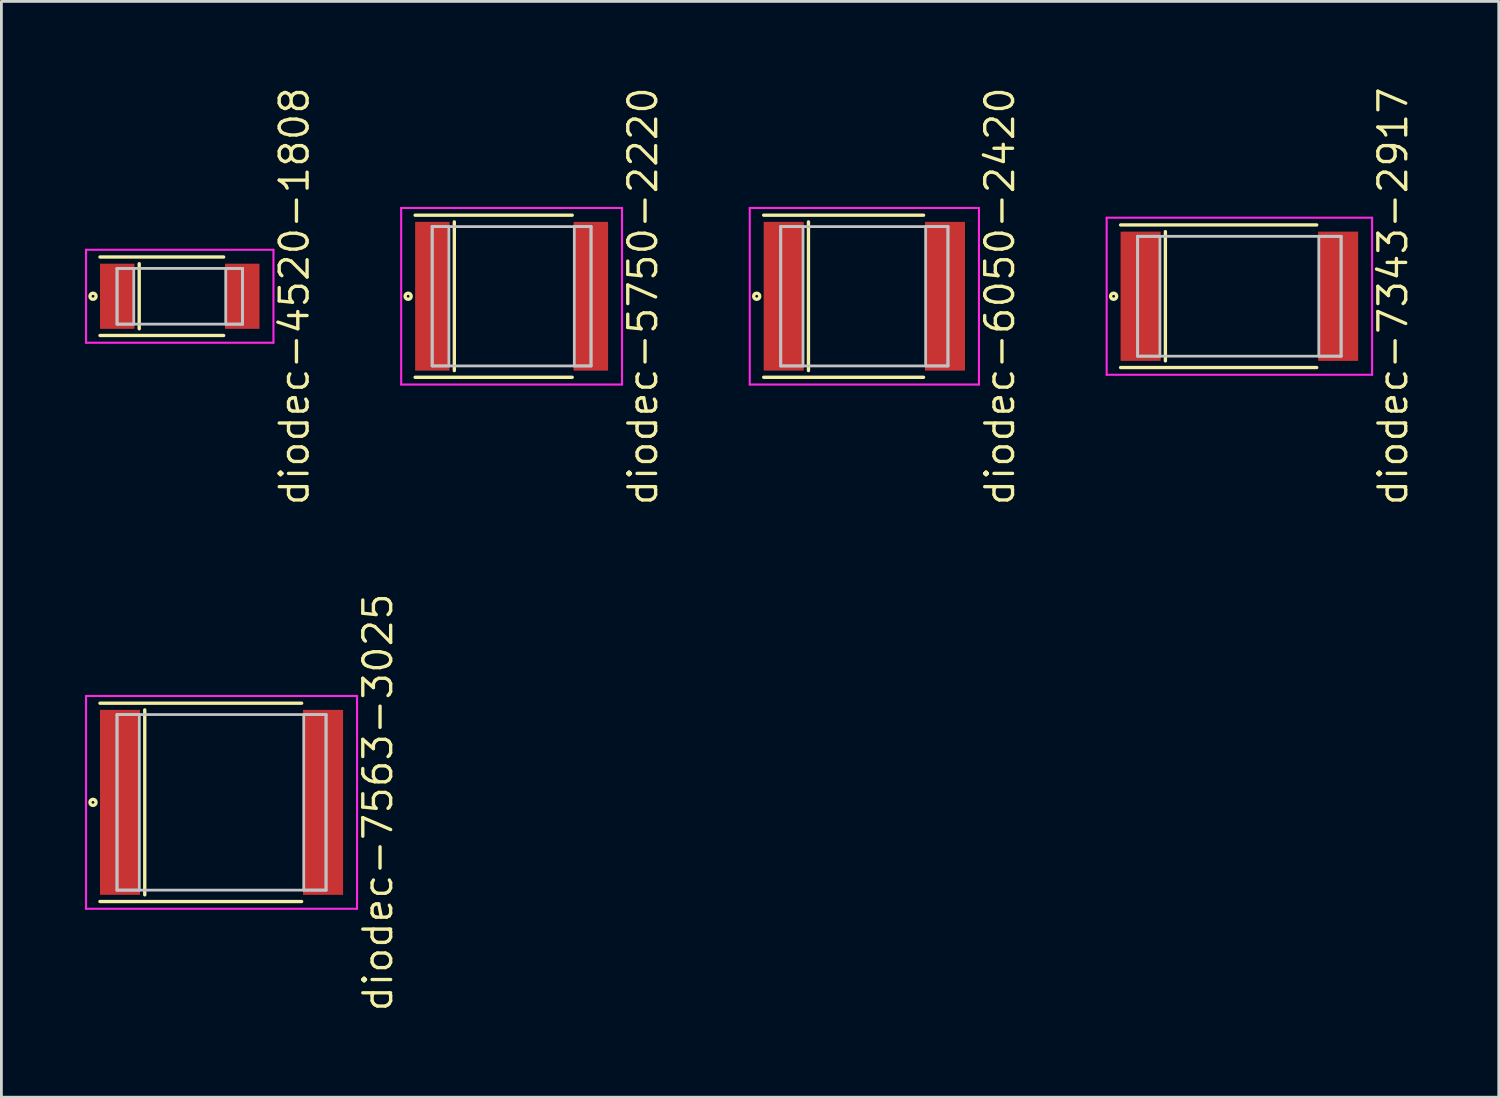
<source format=kicad_pcb>
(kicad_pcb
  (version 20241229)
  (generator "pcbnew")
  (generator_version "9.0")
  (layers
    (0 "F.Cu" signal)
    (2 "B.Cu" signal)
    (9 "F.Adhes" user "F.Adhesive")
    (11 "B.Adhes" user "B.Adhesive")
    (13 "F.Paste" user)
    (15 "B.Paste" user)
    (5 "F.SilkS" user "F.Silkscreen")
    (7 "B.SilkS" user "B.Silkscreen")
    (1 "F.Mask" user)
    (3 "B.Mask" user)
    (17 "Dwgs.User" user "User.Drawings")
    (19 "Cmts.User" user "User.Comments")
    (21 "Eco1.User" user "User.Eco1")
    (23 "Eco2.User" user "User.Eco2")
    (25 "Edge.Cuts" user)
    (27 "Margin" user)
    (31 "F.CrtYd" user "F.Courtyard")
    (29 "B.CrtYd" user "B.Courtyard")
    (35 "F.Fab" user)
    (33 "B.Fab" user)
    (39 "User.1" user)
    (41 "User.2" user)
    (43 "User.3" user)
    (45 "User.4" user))
  (footprint "diodec-7563-3025"
    (layer "F.Cu")
    (at 4.899 25.74)
    (property "Reference" "diodec-7563-3025" (at 5.612 0 90) (layer "F.SilkS") (effects (font (size 1 1) (thickness 0.12))))
    (attr through_hole)
    (fp_line (start -4.362 -3.558) (end 2.875 -3.558) (stroke (width 0.12) (type solid)) (layer "F.SilkS"))
    (fp_line (start -4.362 3.558) (end 2.875 3.558) (stroke (width 0.12) (type solid)) (layer "F.SilkS"))
    (fp_line (start -2.755 -3.318) (end -2.755 3.318) (stroke (width 0.12) (type solid)) (layer "F.SilkS"))
    (fp_circle (center -4.612 0) (end -4.562 0) (stroke (width 0.12) (type solid)) (fill no) (layer "F.SilkS"))
    (fp_line (start -3.75 -3.15) (end -3.75 3.15) (stroke (width 0.1) (type solid)) (layer "Dwgs.User"))
    (fp_line (start -3.75 -3.15) (end -3.75 3.15) (stroke (width 0.1) (type solid)) (layer "Dwgs.User"))
    (fp_line (start -3.75 3.15) (end -2.95 3.15) (stroke (width 0.1) (type solid)) (layer "Dwgs.User"))
    (fp_line (start -3.75 3.15) (end 3.75 3.15) (stroke (width 0.1) (type solid)) (layer "Dwgs.User"))
    (fp_line (start -2.95 -3.15) (end -3.75 -3.15) (stroke (width 0.1) (type solid)) (layer "Dwgs.User"))
    (fp_line (start -2.95 3.15) (end -2.95 -3.15) (stroke (width 0.1) (type solid)) (layer "Dwgs.User"))
    (fp_line (start 2.95 -3.15) (end 2.95 3.15) (stroke (width 0.1) (type solid)) (layer "Dwgs.User"))
    (fp_line (start 2.95 3.15) (end 3.75 3.15) (stroke (width 0.1) (type solid)) (layer "Dwgs.User"))
    (fp_line (start 3.75 -3.15) (end -3.75 -3.15) (stroke (width 0.1) (type solid)) (layer "Dwgs.User"))
    (fp_line (start 3.75 -3.15) (end 2.95 -3.15) (stroke (width 0.1) (type solid)) (layer "Dwgs.User"))
    (fp_line (start 3.75 3.15) (end 3.75 -3.15) (stroke (width 0.1) (type solid)) (layer "Dwgs.User"))
    (fp_line (start 3.75 3.15) (end 3.75 -3.15) (stroke (width 0.1) (type solid)) (layer "Dwgs.User"))
    (fp_line (start -4.862 -3.818) (end -4.862 3.818) (stroke (width 0.075) (type solid)) (layer "F.CrtYd"))
    (fp_line (start -4.862 3.818) (end 4.862 3.818) (stroke (width 0.075) (type solid)) (layer "F.CrtYd"))
    (fp_line (start 4.862 -3.818) (end -4.862 -3.818) (stroke (width 0.075) (type solid)) (layer "F.CrtYd"))
    (fp_line (start 4.862 3.818) (end 4.862 -3.818) (stroke (width 0.075) (type solid)) (layer "F.CrtYd"))
    (pad "1" smd rect (at -3.643 0) (size 1.437 6.637) (layers "F.Cu" "F.Mask" "F.Paste"))
    (pad "2" smd rect (at 3.643 0) (size 1.437 6.637) (layers "F.Cu" "F.Mask" "F.Paste")))
  (footprint "diodec-6050-2420"
    (layer "F.Cu")
    (at 27.964 7.58)
    (property "Reference" "diodec-6050-2420" (at 4.862 0 90) (layer "F.SilkS") (effects (font (size 1 1) (thickness 0.12))))
    (attr through_hole)
    (fp_line (start -3.612 -2.908) (end 2.125 -2.908) (stroke (width 0.12) (type solid)) (layer "F.SilkS"))
    (fp_line (start -3.612 2.908) (end 2.125 2.908) (stroke (width 0.12) (type solid)) (layer "F.SilkS"))
    (fp_line (start -2.005 -2.668) (end -2.005 2.668) (stroke (width 0.12) (type solid)) (layer "F.SilkS"))
    (fp_circle (center -3.862 0) (end -3.812 0) (stroke (width 0.12) (type solid)) (fill no) (layer "F.SilkS"))
    (fp_line (start -3 -2.5) (end -3 2.5) (stroke (width 0.1) (type solid)) (layer "Dwgs.User"))
    (fp_line (start -3 -2.5) (end -3 2.5) (stroke (width 0.1) (type solid)) (layer "Dwgs.User"))
    (fp_line (start -3 2.5) (end -2.2 2.5) (stroke (width 0.1) (type solid)) (layer "Dwgs.User"))
    (fp_line (start -3 2.5) (end 3 2.5) (stroke (width 0.1) (type solid)) (layer "Dwgs.User"))
    (fp_line (start -2.2 -2.5) (end -3 -2.5) (stroke (width 0.1) (type solid)) (layer "Dwgs.User"))
    (fp_line (start -2.2 2.5) (end -2.2 -2.5) (stroke (width 0.1) (type solid)) (layer "Dwgs.User"))
    (fp_line (start 2.2 -2.5) (end 2.2 2.5) (stroke (width 0.1) (type solid)) (layer "Dwgs.User"))
    (fp_line (start 2.2 2.5) (end 3 2.5) (stroke (width 0.1) (type solid)) (layer "Dwgs.User"))
    (fp_line (start 3 -2.5) (end -3 -2.5) (stroke (width 0.1) (type solid)) (layer "Dwgs.User"))
    (fp_line (start 3 -2.5) (end 2.2 -2.5) (stroke (width 0.1) (type solid)) (layer "Dwgs.User"))
    (fp_line (start 3 2.5) (end 3 -2.5) (stroke (width 0.1) (type solid)) (layer "Dwgs.User"))
    (fp_line (start 3 2.5) (end 3 -2.5) (stroke (width 0.1) (type solid)) (layer "Dwgs.User"))
    (fp_line (start -4.112 -3.168) (end -4.112 3.168) (stroke (width 0.075) (type solid)) (layer "F.CrtYd"))
    (fp_line (start -4.112 3.168) (end 4.112 3.168) (stroke (width 0.075) (type solid)) (layer "F.CrtYd"))
    (fp_line (start 4.112 -3.168) (end -4.112 -3.168) (stroke (width 0.075) (type solid)) (layer "F.CrtYd"))
    (fp_line (start 4.112 3.168) (end 4.112 -3.168) (stroke (width 0.075) (type solid)) (layer "F.CrtYd"))
    (pad "1" smd rect (at -2.893 0) (size 1.437 5.337) (layers "F.Cu" "F.Mask" "F.Paste"))
    (pad "2" smd rect (at 2.893 0) (size 1.437 5.337) (layers "F.Cu" "F.Mask" "F.Paste")))
  (footprint "diodec-4520-1808"
    (layer "F.Cu")
    (at 3.4 7.58)
    (property "Reference" "diodec-4520-1808" (at 4.112 0 90) (layer "F.SilkS") (effects (font (size 1 1) (thickness 0.12))))
    (attr through_hole)
    (fp_line (start -2.862 -1.408) (end 1.575 -1.408) (stroke (width 0.12) (type solid)) (layer "F.SilkS"))
    (fp_line (start -2.862 1.408) (end 1.575 1.408) (stroke (width 0.12) (type solid)) (layer "F.SilkS"))
    (fp_line (start -1.455 -1.168) (end -1.455 1.168) (stroke (width 0.12) (type solid)) (layer "F.SilkS"))
    (fp_circle (center -3.112 0) (end -3.062 0) (stroke (width 0.12) (type solid)) (fill no) (layer "F.SilkS"))
    (fp_line (start -2.25 -1) (end -2.25 1) (stroke (width 0.1) (type solid)) (layer "Dwgs.User"))
    (fp_line (start -2.25 -1) (end -2.25 1) (stroke (width 0.1) (type solid)) (layer "Dwgs.User"))
    (fp_line (start -2.25 1) (end -1.65 1) (stroke (width 0.1) (type solid)) (layer "Dwgs.User"))
    (fp_line (start -2.25 1) (end 2.25 1) (stroke (width 0.1) (type solid)) (layer "Dwgs.User"))
    (fp_line (start -1.65 -1) (end -2.25 -1) (stroke (width 0.1) (type solid)) (layer "Dwgs.User"))
    (fp_line (start -1.65 1) (end -1.65 -1) (stroke (width 0.1) (type solid)) (layer "Dwgs.User"))
    (fp_line (start 1.65 -1) (end 1.65 1) (stroke (width 0.1) (type solid)) (layer "Dwgs.User"))
    (fp_line (start 1.65 1) (end 2.25 1) (stroke (width 0.1) (type solid)) (layer "Dwgs.User"))
    (fp_line (start 2.25 -1) (end -2.25 -1) (stroke (width 0.1) (type solid)) (layer "Dwgs.User"))
    (fp_line (start 2.25 -1) (end 1.65 -1) (stroke (width 0.1) (type solid)) (layer "Dwgs.User"))
    (fp_line (start 2.25 1) (end 2.25 -1) (stroke (width 0.1) (type solid)) (layer "Dwgs.User"))
    (fp_line (start 2.25 1) (end 2.25 -1) (stroke (width 0.1) (type solid)) (layer "Dwgs.User"))
    (fp_line (start -3.362 -1.668) (end -3.362 1.668) (stroke (width 0.075) (type solid)) (layer "F.CrtYd"))
    (fp_line (start -3.362 1.668) (end 3.362 1.668) (stroke (width 0.075) (type solid)) (layer "F.CrtYd"))
    (fp_line (start 3.362 -1.668) (end -3.362 -1.668) (stroke (width 0.075) (type solid)) (layer "F.CrtYd"))
    (fp_line (start 3.362 1.668) (end 3.362 -1.668) (stroke (width 0.075) (type solid)) (layer "F.CrtYd"))
    (pad "1" smd rect (at -2.243 0) (size 1.237 2.337) (layers "F.Cu" "F.Mask" "F.Paste"))
    (pad "2" smd rect (at 2.243 0) (size 1.237 2.337) (layers "F.Cu" "F.Mask" "F.Paste")))
  (footprint "diodec-7343-2917"
    (layer "F.Cu")
    (at 41.421 7.58)
    (property "Reference" "diodec-7343-2917" (at 5.512 0 90) (layer "F.SilkS") (effects (font (size 1 1) (thickness 0.12))))
    (attr through_hole)
    (fp_line (start -4.262 -2.558) (end 2.775 -2.558) (stroke (width 0.12) (type solid)) (layer "F.SilkS"))
    (fp_line (start -4.262 2.558) (end 2.775 2.558) (stroke (width 0.12) (type solid)) (layer "F.SilkS"))
    (fp_line (start -2.655 -2.318) (end -2.655 2.318) (stroke (width 0.12) (type solid)) (layer "F.SilkS"))
    (fp_circle (center -4.512 0) (end -4.462 0) (stroke (width 0.12) (type solid)) (fill no) (layer "F.SilkS"))
    (fp_line (start -3.65 -2.15) (end -3.65 2.15) (stroke (width 0.1) (type solid)) (layer "Dwgs.User"))
    (fp_line (start -3.65 -2.15) (end -3.65 2.15) (stroke (width 0.1) (type solid)) (layer "Dwgs.User"))
    (fp_line (start -3.65 2.15) (end -2.85 2.15) (stroke (width 0.1) (type solid)) (layer "Dwgs.User"))
    (fp_line (start -3.65 2.15) (end 3.65 2.15) (stroke (width 0.1) (type solid)) (layer "Dwgs.User"))
    (fp_line (start -2.85 -2.15) (end -3.65 -2.15) (stroke (width 0.1) (type solid)) (layer "Dwgs.User"))
    (fp_line (start -2.85 2.15) (end -2.85 -2.15) (stroke (width 0.1) (type solid)) (layer "Dwgs.User"))
    (fp_line (start 2.85 -2.15) (end 2.85 2.15) (stroke (width 0.1) (type solid)) (layer "Dwgs.User"))
    (fp_line (start 2.85 2.15) (end 3.65 2.15) (stroke (width 0.1) (type solid)) (layer "Dwgs.User"))
    (fp_line (start 3.65 -2.15) (end -3.65 -2.15) (stroke (width 0.1) (type solid)) (layer "Dwgs.User"))
    (fp_line (start 3.65 -2.15) (end 2.85 -2.15) (stroke (width 0.1) (type solid)) (layer "Dwgs.User"))
    (fp_line (start 3.65 2.15) (end 3.65 -2.15) (stroke (width 0.1) (type solid)) (layer "Dwgs.User"))
    (fp_line (start 3.65 2.15) (end 3.65 -2.15) (stroke (width 0.1) (type solid)) (layer "Dwgs.User"))
    (fp_line (start -4.762 -2.818) (end -4.762 2.818) (stroke (width 0.075) (type solid)) (layer "F.CrtYd"))
    (fp_line (start -4.762 2.818) (end 4.762 2.818) (stroke (width 0.075) (type solid)) (layer "F.CrtYd"))
    (fp_line (start 4.762 -2.818) (end -4.762 -2.818) (stroke (width 0.075) (type solid)) (layer "F.CrtYd"))
    (fp_line (start 4.762 2.818) (end 4.762 -2.818) (stroke (width 0.075) (type solid)) (layer "F.CrtYd"))
    (pad "1" smd rect (at -3.543 0) (size 1.437 4.637) (layers "F.Cu" "F.Mask" "F.Paste"))
    (pad "2" smd rect (at 3.543 0) (size 1.437 4.637) (layers "F.Cu" "F.Mask" "F.Paste")))
  (footprint "diodec-5750-2220"
    (layer "F.Cu")
    (at 15.307 7.58)
    (property "Reference" "diodec-5750-2220" (at 4.712 0 90) (layer "F.SilkS") (effects (font (size 1 1) (thickness 0.12))))
    (attr through_hole)
    (fp_line (start -3.462 -2.908) (end 2.175 -2.908) (stroke (width 0.12) (type solid)) (layer "F.SilkS"))
    (fp_line (start -3.462 2.908) (end 2.175 2.908) (stroke (width 0.12) (type solid)) (layer "F.SilkS"))
    (fp_line (start -2.055 -2.668) (end -2.055 2.668) (stroke (width 0.12) (type solid)) (layer "F.SilkS"))
    (fp_circle (center -3.712 0) (end -3.662 0) (stroke (width 0.12) (type solid)) (fill no) (layer "F.SilkS"))
    (fp_line (start -2.85 -2.5) (end -2.85 2.5) (stroke (width 0.1) (type solid)) (layer "Dwgs.User"))
    (fp_line (start -2.85 -2.5) (end -2.85 2.5) (stroke (width 0.1) (type solid)) (layer "Dwgs.User"))
    (fp_line (start -2.85 2.5) (end -2.25 2.5) (stroke (width 0.1) (type solid)) (layer "Dwgs.User"))
    (fp_line (start -2.85 2.5) (end 2.85 2.5) (stroke (width 0.1) (type solid)) (layer "Dwgs.User"))
    (fp_line (start -2.25 -2.5) (end -2.85 -2.5) (stroke (width 0.1) (type solid)) (layer "Dwgs.User"))
    (fp_line (start -2.25 2.5) (end -2.25 -2.5) (stroke (width 0.1) (type solid)) (layer "Dwgs.User"))
    (fp_line (start 2.25 -2.5) (end 2.25 2.5) (stroke (width 0.1) (type solid)) (layer "Dwgs.User"))
    (fp_line (start 2.25 2.5) (end 2.85 2.5) (stroke (width 0.1) (type solid)) (layer "Dwgs.User"))
    (fp_line (start 2.85 -2.5) (end -2.85 -2.5) (stroke (width 0.1) (type solid)) (layer "Dwgs.User"))
    (fp_line (start 2.85 -2.5) (end 2.25 -2.5) (stroke (width 0.1) (type solid)) (layer "Dwgs.User"))
    (fp_line (start 2.85 2.5) (end 2.85 -2.5) (stroke (width 0.1) (type solid)) (layer "Dwgs.User"))
    (fp_line (start 2.85 2.5) (end 2.85 -2.5) (stroke (width 0.1) (type solid)) (layer "Dwgs.User"))
    (fp_line (start -3.962 -3.168) (end -3.962 3.168) (stroke (width 0.075) (type solid)) (layer "F.CrtYd"))
    (fp_line (start -3.962 3.168) (end 3.962 3.168) (stroke (width 0.075) (type solid)) (layer "F.CrtYd"))
    (fp_line (start 3.962 -3.168) (end -3.962 -3.168) (stroke (width 0.075) (type solid)) (layer "F.CrtYd"))
    (fp_line (start 3.962 3.168) (end 3.962 -3.168) (stroke (width 0.075) (type solid)) (layer "F.CrtYd"))
    (pad "1" smd rect (at -2.843 0) (size 1.237 5.337) (layers "F.Cu" "F.Mask" "F.Paste"))
    (pad "2" smd rect (at 2.843 0) (size 1.237 5.337) (layers "F.Cu" "F.Mask" "F.Paste")))
  (gr_rect
    (start -3 -3)
    (end 50.728 36.32)
    (stroke (width 0.1) (type default))
    (fill no)
    (layer "Edge.Cuts")))
</source>
